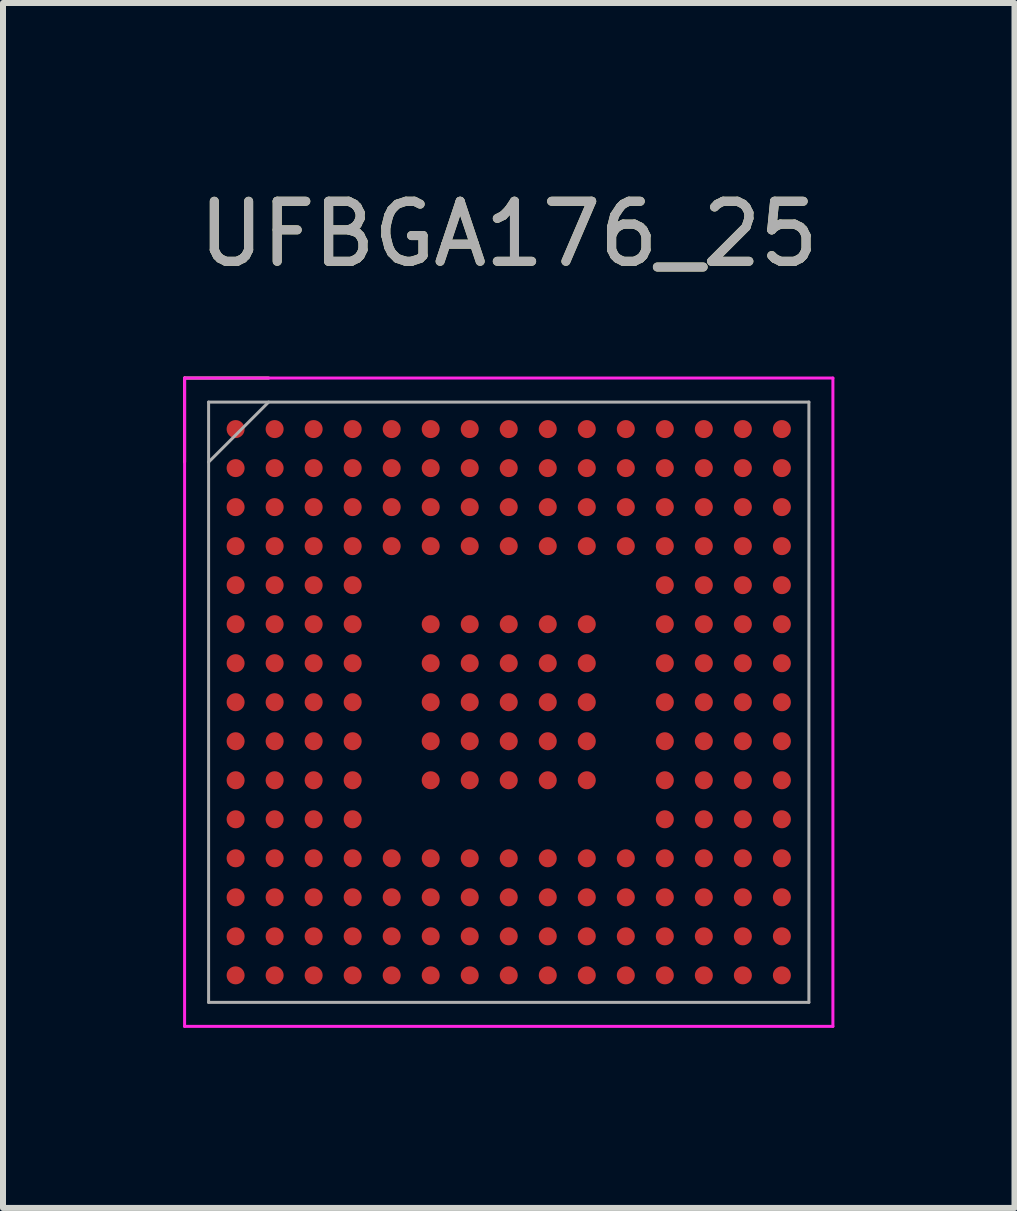
<source format=kicad_pcb>
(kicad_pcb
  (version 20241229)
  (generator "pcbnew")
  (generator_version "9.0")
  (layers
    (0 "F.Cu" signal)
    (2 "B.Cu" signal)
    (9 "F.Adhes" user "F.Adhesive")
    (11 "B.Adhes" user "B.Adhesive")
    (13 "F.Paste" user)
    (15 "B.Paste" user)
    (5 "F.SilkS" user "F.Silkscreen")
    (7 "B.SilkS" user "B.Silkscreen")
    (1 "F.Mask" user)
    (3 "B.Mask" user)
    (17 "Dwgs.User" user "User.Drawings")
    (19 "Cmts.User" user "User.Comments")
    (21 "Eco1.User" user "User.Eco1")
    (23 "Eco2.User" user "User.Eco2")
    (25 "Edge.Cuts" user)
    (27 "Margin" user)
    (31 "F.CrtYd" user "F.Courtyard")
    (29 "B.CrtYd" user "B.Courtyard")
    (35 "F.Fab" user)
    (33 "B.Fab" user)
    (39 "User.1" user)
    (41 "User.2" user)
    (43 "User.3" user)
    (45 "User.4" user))
  (footprint "UFBGA176_25"
    (layer "F.Cu")
    (at 5.425 8.648)
    (property "Reference" "UFBGA176_25" (at 0 -7.8 0) (layer "F.SilkS") (effects (font (size 1 1) (thickness 0.15))))
    (attr through_hole)
    (fp_line (start -5.4 -5.4) (end -4 -5.4) (stroke (width 0.05) (type solid)) (layer "F.SilkS"))
    (fp_line (start -5.4 -4) (end -5.4 -5.4) (stroke (width 0.05) (type solid)) (layer "F.SilkS"))
    (fp_line (start -5.4 -5.4) (end 5.4 -5.4) (stroke (width 0.05) (type solid)) (layer "F.CrtYd"))
    (fp_line (start -5.4 5.4) (end -5.4 -5.4) (stroke (width 0.05) (type solid)) (layer "F.CrtYd"))
    (fp_line (start 5.4 -5.4) (end 5.4 5.4) (stroke (width 0.05) (type solid)) (layer "F.CrtYd"))
    (fp_line (start 5.4 5.4) (end -5.4 5.4) (stroke (width 0.05) (type solid)) (layer "F.CrtYd"))
    (fp_line (start -5 -5) (end 5 -5) (stroke (width 0.05) (type solid)) (layer "F.Fab"))
    (fp_line (start -5 5) (end -5 -5) (stroke (width 0.05) (type solid)) (layer "F.Fab"))
    (fp_line (start -4 -5) (end -5 -4) (stroke (width 0.05) (type solid)) (layer "F.Fab"))
    (fp_line (start 5 -5) (end 5 5) (stroke (width 0.05) (type solid)) (layer "F.Fab"))
    (fp_line (start 5 5) (end -5 5) (stroke (width 0.05) (type solid)) (layer "F.Fab"))
    (fp_text user "${REFERENCE}" (at 0 -7.8 0) (layer "F.Fab") (effects (font (size 1 1) (thickness 0.15))))
    (pad "A1" smd circle (at -4.55 -4.55) (size 0.3 0.3) (layers "F.Cu" "F.Mask" "F.Paste"))
    (pad "A2" smd circle (at -3.9 -4.55) (size 0.3 0.3) (layers "F.Cu" "F.Mask" "F.Paste"))
    (pad "A3" smd circle (at -3.25 -4.55) (size 0.3 0.3) (layers "F.Cu" "F.Mask" "F.Paste"))
    (pad "A4" smd circle (at -2.6 -4.55) (size 0.3 0.3) (layers "F.Cu" "F.Mask" "F.Paste"))
    (pad "A5" smd circle (at -1.95 -4.55) (size 0.3 0.3) (layers "F.Cu" "F.Mask" "F.Paste"))
    (pad "A6" smd circle (at -1.3 -4.55) (size 0.3 0.3) (layers "F.Cu" "F.Mask" "F.Paste"))
    (pad "A7" smd circle (at -0.65 -4.55) (size 0.3 0.3) (layers "F.Cu" "F.Mask" "F.Paste"))
    (pad "A8" smd circle (at 0 -4.55) (size 0.3 0.3) (layers "F.Cu" "F.Mask" "F.Paste"))
    (pad "A9" smd circle (at 0.65 -4.55) (size 0.3 0.3) (layers "F.Cu" "F.Mask" "F.Paste"))
    (pad "A10" smd circle (at 1.3 -4.55) (size 0.3 0.3) (layers "F.Cu" "F.Mask" "F.Paste"))
    (pad "A11" smd circle (at 1.95 -4.55) (size 0.3 0.3) (layers "F.Cu" "F.Mask" "F.Paste"))
    (pad "A12" smd circle (at 2.6 -4.55) (size 0.3 0.3) (layers "F.Cu" "F.Mask" "F.Paste"))
    (pad "A13" smd circle (at 3.25 -4.55) (size 0.3 0.3) (layers "F.Cu" "F.Mask" "F.Paste"))
    (pad "A14" smd circle (at 3.9 -4.55) (size 0.3 0.3) (layers "F.Cu" "F.Mask" "F.Paste"))
    (pad "A15" smd circle (at 4.55 -4.55) (size 0.3 0.3) (layers "F.Cu" "F.Mask" "F.Paste"))
    (pad "B1" smd circle (at -4.55 -3.9) (size 0.3 0.3) (layers "F.Cu" "F.Mask" "F.Paste"))
    (pad "B2" smd circle (at -3.9 -3.9) (size 0.3 0.3) (layers "F.Cu" "F.Mask" "F.Paste"))
    (pad "B3" smd circle (at -3.25 -3.9) (size 0.3 0.3) (layers "F.Cu" "F.Mask" "F.Paste"))
    (pad "B4" smd circle (at -2.6 -3.9) (size 0.3 0.3) (layers "F.Cu" "F.Mask" "F.Paste"))
    (pad "B5" smd circle (at -1.95 -3.9) (size 0.3 0.3) (layers "F.Cu" "F.Mask" "F.Paste"))
    (pad "B6" smd circle (at -1.3 -3.9) (size 0.3 0.3) (layers "F.Cu" "F.Mask" "F.Paste"))
    (pad "B7" smd circle (at -0.65 -3.9) (size 0.3 0.3) (layers "F.Cu" "F.Mask" "F.Paste"))
    (pad "B8" smd circle (at 0 -3.9) (size 0.3 0.3) (layers "F.Cu" "F.Mask" "F.Paste"))
    (pad "B9" smd circle (at 0.65 -3.9) (size 0.3 0.3) (layers "F.Cu" "F.Mask" "F.Paste"))
    (pad "B10" smd circle (at 1.3 -3.9) (size 0.3 0.3) (layers "F.Cu" "F.Mask" "F.Paste"))
    (pad "B11" smd circle (at 1.95 -3.9) (size 0.3 0.3) (layers "F.Cu" "F.Mask" "F.Paste"))
    (pad "B12" smd circle (at 2.6 -3.9) (size 0.3 0.3) (layers "F.Cu" "F.Mask" "F.Paste"))
    (pad "B13" smd circle (at 3.25 -3.9) (size 0.3 0.3) (layers "F.Cu" "F.Mask" "F.Paste"))
    (pad "B14" smd circle (at 3.9 -3.9) (size 0.3 0.3) (layers "F.Cu" "F.Mask" "F.Paste"))
    (pad "B15" smd circle (at 4.55 -3.9) (size 0.3 0.3) (layers "F.Cu" "F.Mask" "F.Paste"))
    (pad "C1" smd circle (at -4.55 -3.25) (size 0.3 0.3) (layers "F.Cu" "F.Mask" "F.Paste"))
    (pad "C2" smd circle (at -3.9 -3.25) (size 0.3 0.3) (layers "F.Cu" "F.Mask" "F.Paste"))
    (pad "C3" smd circle (at -3.25 -3.25) (size 0.3 0.3) (layers "F.Cu" "F.Mask" "F.Paste"))
    (pad "C4" smd circle (at -2.6 -3.25) (size 0.3 0.3) (layers "F.Cu" "F.Mask" "F.Paste"))
    (pad "C5" smd circle (at -1.95 -3.25) (size 0.3 0.3) (layers "F.Cu" "F.Mask" "F.Paste"))
    (pad "C6" smd circle (at -1.3 -3.25) (size 0.3 0.3) (layers "F.Cu" "F.Mask" "F.Paste"))
    (pad "C7" smd circle (at -0.65 -3.25) (size 0.3 0.3) (layers "F.Cu" "F.Mask" "F.Paste"))
    (pad "C8" smd circle (at 0 -3.25) (size 0.3 0.3) (layers "F.Cu" "F.Mask" "F.Paste"))
    (pad "C9" smd circle (at 0.65 -3.25) (size 0.3 0.3) (layers "F.Cu" "F.Mask" "F.Paste"))
    (pad "C10" smd circle (at 1.3 -3.25) (size 0.3 0.3) (layers "F.Cu" "F.Mask" "F.Paste"))
    (pad "C11" smd circle (at 1.95 -3.25) (size 0.3 0.3) (layers "F.Cu" "F.Mask" "F.Paste"))
    (pad "C12" smd circle (at 2.6 -3.25) (size 0.3 0.3) (layers "F.Cu" "F.Mask" "F.Paste"))
    (pad "C13" smd circle (at 3.25 -3.25) (size 0.3 0.3) (layers "F.Cu" "F.Mask" "F.Paste"))
    (pad "C14" smd circle (at 3.9 -3.25) (size 0.3 0.3) (layers "F.Cu" "F.Mask" "F.Paste"))
    (pad "C15" smd circle (at 4.55 -3.25) (size 0.3 0.3) (layers "F.Cu" "F.Mask" "F.Paste"))
    (pad "D1" smd circle (at -4.55 -2.6) (size 0.3 0.3) (layers "F.Cu" "F.Mask" "F.Paste"))
    (pad "D2" smd circle (at -3.9 -2.6) (size 0.3 0.3) (layers "F.Cu" "F.Mask" "F.Paste"))
    (pad "D3" smd circle (at -3.25 -2.6) (size 0.3 0.3) (layers "F.Cu" "F.Mask" "F.Paste"))
    (pad "D4" smd circle (at -2.6 -2.6) (size 0.3 0.3) (layers "F.Cu" "F.Mask" "F.Paste"))
    (pad "D5" smd circle (at -1.95 -2.6) (size 0.3 0.3) (layers "F.Cu" "F.Mask" "F.Paste"))
    (pad "D6" smd circle (at -1.3 -2.6) (size 0.3 0.3) (layers "F.Cu" "F.Mask" "F.Paste"))
    (pad "D7" smd circle (at -0.65 -2.6) (size 0.3 0.3) (layers "F.Cu" "F.Mask" "F.Paste"))
    (pad "D8" smd circle (at 0 -2.6) (size 0.3 0.3) (layers "F.Cu" "F.Mask" "F.Paste"))
    (pad "D9" smd circle (at 0.65 -2.6) (size 0.3 0.3) (layers "F.Cu" "F.Mask" "F.Paste"))
    (pad "D10" smd circle (at 1.3 -2.6) (size 0.3 0.3) (layers "F.Cu" "F.Mask" "F.Paste"))
    (pad "D11" smd circle (at 1.95 -2.6) (size 0.3 0.3) (layers "F.Cu" "F.Mask" "F.Paste"))
    (pad "D12" smd circle (at 2.6 -2.6) (size 0.3 0.3) (layers "F.Cu" "F.Mask" "F.Paste"))
    (pad "D13" smd circle (at 3.25 -2.6) (size 0.3 0.3) (layers "F.Cu" "F.Mask" "F.Paste"))
    (pad "D14" smd circle (at 3.9 -2.6) (size 0.3 0.3) (layers "F.Cu" "F.Mask" "F.Paste"))
    (pad "D15" smd circle (at 4.55 -2.6) (size 0.3 0.3) (layers "F.Cu" "F.Mask" "F.Paste"))
    (pad "E1" smd circle (at -4.55 -1.95) (size 0.3 0.3) (layers "F.Cu" "F.Mask" "F.Paste"))
    (pad "E2" smd circle (at -3.9 -1.95) (size 0.3 0.3) (layers "F.Cu" "F.Mask" "F.Paste"))
    (pad "E3" smd circle (at -3.25 -1.95) (size 0.3 0.3) (layers "F.Cu" "F.Mask" "F.Paste"))
    (pad "E4" smd circle (at -2.6 -1.95) (size 0.3 0.3) (layers "F.Cu" "F.Mask" "F.Paste"))
    (pad "E12" smd circle (at 2.6 -1.95) (size 0.3 0.3) (layers "F.Cu" "F.Mask" "F.Paste"))
    (pad "E13" smd circle (at 3.25 -1.95) (size 0.3 0.3) (layers "F.Cu" "F.Mask" "F.Paste"))
    (pad "E14" smd circle (at 3.9 -1.95) (size 0.3 0.3) (layers "F.Cu" "F.Mask" "F.Paste"))
    (pad "E15" smd circle (at 4.55 -1.95) (size 0.3 0.3) (layers "F.Cu" "F.Mask" "F.Paste"))
    (pad "F1" smd circle (at -4.55 -1.3) (size 0.3 0.3) (layers "F.Cu" "F.Mask" "F.Paste"))
    (pad "F2" smd circle (at -3.9 -1.3) (size 0.3 0.3) (layers "F.Cu" "F.Mask" "F.Paste"))
    (pad "F3" smd circle (at -3.25 -1.3) (size 0.3 0.3) (layers "F.Cu" "F.Mask" "F.Paste"))
    (pad "F4" smd circle (at -2.6 -1.3) (size 0.3 0.3) (layers "F.Cu" "F.Mask" "F.Paste"))
    (pad "F6" smd circle (at -1.3 -1.3) (size 0.3 0.3) (layers "F.Cu" "F.Mask" "F.Paste"))
    (pad "F7" smd circle (at -0.65 -1.3) (size 0.3 0.3) (layers "F.Cu" "F.Mask" "F.Paste"))
    (pad "F8" smd circle (at 0 -1.3) (size 0.3 0.3) (layers "F.Cu" "F.Mask" "F.Paste"))
    (pad "F9" smd circle (at 0.65 -1.3) (size 0.3 0.3) (layers "F.Cu" "F.Mask" "F.Paste"))
    (pad "F10" smd circle (at 1.3 -1.3) (size 0.3 0.3) (layers "F.Cu" "F.Mask" "F.Paste"))
    (pad "F12" smd circle (at 2.6 -1.3) (size 0.3 0.3) (layers "F.Cu" "F.Mask" "F.Paste"))
    (pad "F13" smd circle (at 3.25 -1.3) (size 0.3 0.3) (layers "F.Cu" "F.Mask" "F.Paste"))
    (pad "F14" smd circle (at 3.9 -1.3) (size 0.3 0.3) (layers "F.Cu" "F.Mask" "F.Paste"))
    (pad "F15" smd circle (at 4.55 -1.3) (size 0.3 0.3) (layers "F.Cu" "F.Mask" "F.Paste"))
    (pad "G1" smd circle (at -4.55 -0.65) (size 0.3 0.3) (layers "F.Cu" "F.Mask" "F.Paste"))
    (pad "G2" smd circle (at -3.9 -0.65) (size 0.3 0.3) (layers "F.Cu" "F.Mask" "F.Paste"))
    (pad "G3" smd circle (at -3.25 -0.65) (size 0.3 0.3) (layers "F.Cu" "F.Mask" "F.Paste"))
    (pad "G4" smd circle (at -2.6 -0.65) (size 0.3 0.3) (layers "F.Cu" "F.Mask" "F.Paste"))
    (pad "G6" smd circle (at -1.3 -0.65) (size 0.3 0.3) (layers "F.Cu" "F.Mask" "F.Paste"))
    (pad "G7" smd circle (at -0.65 -0.65) (size 0.3 0.3) (layers "F.Cu" "F.Mask" "F.Paste"))
    (pad "G8" smd circle (at 0 -0.65) (size 0.3 0.3) (layers "F.Cu" "F.Mask" "F.Paste"))
    (pad "G9" smd circle (at 0.65 -0.65) (size 0.3 0.3) (layers "F.Cu" "F.Mask" "F.Paste"))
    (pad "G10" smd circle (at 1.3 -0.65) (size 0.3 0.3) (layers "F.Cu" "F.Mask" "F.Paste"))
    (pad "G12" smd circle (at 2.6 -0.65) (size 0.3 0.3) (layers "F.Cu" "F.Mask" "F.Paste"))
    (pad "G13" smd circle (at 3.25 -0.65) (size 0.3 0.3) (layers "F.Cu" "F.Mask" "F.Paste"))
    (pad "G14" smd circle (at 3.9 -0.65) (size 0.3 0.3) (layers "F.Cu" "F.Mask" "F.Paste"))
    (pad "G15" smd circle (at 4.55 -0.65) (size 0.3 0.3) (layers "F.Cu" "F.Mask" "F.Paste"))
    (pad "H1" smd circle (at -4.55 0) (size 0.3 0.3) (layers "F.Cu" "F.Mask" "F.Paste"))
    (pad "H2" smd circle (at -3.9 0) (size 0.3 0.3) (layers "F.Cu" "F.Mask" "F.Paste"))
    (pad "H3" smd circle (at -3.25 0) (size 0.3 0.3) (layers "F.Cu" "F.Mask" "F.Paste"))
    (pad "H4" smd circle (at -2.6 0) (size 0.3 0.3) (layers "F.Cu" "F.Mask" "F.Paste"))
    (pad "H6" smd circle (at -1.3 0) (size 0.3 0.3) (layers "F.Cu" "F.Mask" "F.Paste"))
    (pad "H7" smd circle (at -0.65 0) (size 0.3 0.3) (layers "F.Cu" "F.Mask" "F.Paste"))
    (pad "H8" smd circle (at 0 0) (size 0.3 0.3) (layers "F.Cu" "F.Mask" "F.Paste"))
    (pad "H9" smd circle (at 0.65 0) (size 0.3 0.3) (layers "F.Cu" "F.Mask" "F.Paste"))
    (pad "H10" smd circle (at 1.3 0) (size 0.3 0.3) (layers "F.Cu" "F.Mask" "F.Paste"))
    (pad "H12" smd circle (at 2.6 0) (size 0.3 0.3) (layers "F.Cu" "F.Mask" "F.Paste"))
    (pad "H13" smd circle (at 3.25 0) (size 0.3 0.3) (layers "F.Cu" "F.Mask" "F.Paste"))
    (pad "H14" smd circle (at 3.9 0) (size 0.3 0.3) (layers "F.Cu" "F.Mask" "F.Paste"))
    (pad "H15" smd circle (at 4.55 0) (size 0.3 0.3) (layers "F.Cu" "F.Mask" "F.Paste"))
    (pad "J1" smd circle (at -4.55 0.65) (size 0.3 0.3) (layers "F.Cu" "F.Mask" "F.Paste"))
    (pad "J2" smd circle (at -3.9 0.65) (size 0.3 0.3) (layers "F.Cu" "F.Mask" "F.Paste"))
    (pad "J3" smd circle (at -3.25 0.65) (size 0.3 0.3) (layers "F.Cu" "F.Mask" "F.Paste"))
    (pad "J4" smd circle (at -2.6 0.65) (size 0.3 0.3) (layers "F.Cu" "F.Mask" "F.Paste"))
    (pad "J6" smd circle (at -1.3 0.65) (size 0.3 0.3) (layers "F.Cu" "F.Mask" "F.Paste"))
    (pad "J7" smd circle (at -0.65 0.65) (size 0.3 0.3) (layers "F.Cu" "F.Mask" "F.Paste"))
    (pad "J8" smd circle (at 0 0.65) (size 0.3 0.3) (layers "F.Cu" "F.Mask" "F.Paste"))
    (pad "J9" smd circle (at 0.65 0.65) (size 0.3 0.3) (layers "F.Cu" "F.Mask" "F.Paste"))
    (pad "J10" smd circle (at 1.3 0.65) (size 0.3 0.3) (layers "F.Cu" "F.Mask" "F.Paste"))
    (pad "J12" smd circle (at 2.6 0.65) (size 0.3 0.3) (layers "F.Cu" "F.Mask" "F.Paste"))
    (pad "J13" smd circle (at 3.25 0.65) (size 0.3 0.3) (layers "F.Cu" "F.Mask" "F.Paste"))
    (pad "J14" smd circle (at 3.9 0.65) (size 0.3 0.3) (layers "F.Cu" "F.Mask" "F.Paste"))
    (pad "J15" smd circle (at 4.55 0.65) (size 0.3 0.3) (layers "F.Cu" "F.Mask" "F.Paste"))
    (pad "K1" smd circle (at -4.55 1.3) (size 0.3 0.3) (layers "F.Cu" "F.Mask" "F.Paste"))
    (pad "K2" smd circle (at -3.9 1.3) (size 0.3 0.3) (layers "F.Cu" "F.Mask" "F.Paste"))
    (pad "K3" smd circle (at -3.25 1.3) (size 0.3 0.3) (layers "F.Cu" "F.Mask" "F.Paste"))
    (pad "K4" smd circle (at -2.6 1.3) (size 0.3 0.3) (layers "F.Cu" "F.Mask" "F.Paste"))
    (pad "K6" smd circle (at -1.3 1.3) (size 0.3 0.3) (layers "F.Cu" "F.Mask" "F.Paste"))
    (pad "K7" smd circle (at -0.65 1.3) (size 0.3 0.3) (layers "F.Cu" "F.Mask" "F.Paste"))
    (pad "K8" smd circle (at 0 1.3) (size 0.3 0.3) (layers "F.Cu" "F.Mask" "F.Paste"))
    (pad "K9" smd circle (at 0.65 1.3) (size 0.3 0.3) (layers "F.Cu" "F.Mask" "F.Paste"))
    (pad "K10" smd circle (at 1.3 1.3) (size 0.3 0.3) (layers "F.Cu" "F.Mask" "F.Paste"))
    (pad "K12" smd circle (at 2.6 1.3) (size 0.3 0.3) (layers "F.Cu" "F.Mask" "F.Paste"))
    (pad "K13" smd circle (at 3.25 1.3) (size 0.3 0.3) (layers "F.Cu" "F.Mask" "F.Paste"))
    (pad "K14" smd circle (at 3.9 1.3) (size 0.3 0.3) (layers "F.Cu" "F.Mask" "F.Paste"))
    (pad "K15" smd circle (at 4.55 1.3) (size 0.3 0.3) (layers "F.Cu" "F.Mask" "F.Paste"))
    (pad "L1" smd circle (at -4.55 1.95) (size 0.3 0.3) (layers "F.Cu" "F.Mask" "F.Paste"))
    (pad "L2" smd circle (at -3.9 1.95) (size 0.3 0.3) (layers "F.Cu" "F.Mask" "F.Paste"))
    (pad "L3" smd circle (at -3.25 1.95) (size 0.3 0.3) (layers "F.Cu" "F.Mask" "F.Paste"))
    (pad "L4" smd circle (at -2.6 1.95) (size 0.3 0.3) (layers "F.Cu" "F.Mask" "F.Paste"))
    (pad "L12" smd circle (at 2.6 1.95) (size 0.3 0.3) (layers "F.Cu" "F.Mask" "F.Paste"))
    (pad "L13" smd circle (at 3.25 1.95) (size 0.3 0.3) (layers "F.Cu" "F.Mask" "F.Paste"))
    (pad "L14" smd circle (at 3.9 1.95) (size 0.3 0.3) (layers "F.Cu" "F.Mask" "F.Paste"))
    (pad "L15" smd circle (at 4.55 1.95) (size 0.3 0.3) (layers "F.Cu" "F.Mask" "F.Paste"))
    (pad "M1" smd circle (at -4.55 2.6) (size 0.3 0.3) (layers "F.Cu" "F.Mask" "F.Paste"))
    (pad "M2" smd circle (at -3.9 2.6) (size 0.3 0.3) (layers "F.Cu" "F.Mask" "F.Paste"))
    (pad "M3" smd circle (at -3.25 2.6) (size 0.3 0.3) (layers "F.Cu" "F.Mask" "F.Paste"))
    (pad "M4" smd circle (at -2.6 2.6) (size 0.3 0.3) (layers "F.Cu" "F.Mask" "F.Paste"))
    (pad "M5" smd circle (at -1.95 2.6) (size 0.3 0.3) (layers "F.Cu" "F.Mask" "F.Paste"))
    (pad "M6" smd circle (at -1.3 2.6) (size 0.3 0.3) (layers "F.Cu" "F.Mask" "F.Paste"))
    (pad "M7" smd circle (at -0.65 2.6) (size 0.3 0.3) (layers "F.Cu" "F.Mask" "F.Paste"))
    (pad "M8" smd circle (at 0 2.6) (size 0.3 0.3) (layers "F.Cu" "F.Mask" "F.Paste"))
    (pad "M9" smd circle (at 0.65 2.6) (size 0.3 0.3) (layers "F.Cu" "F.Mask" "F.Paste"))
    (pad "M10" smd circle (at 1.3 2.6) (size 0.3 0.3) (layers "F.Cu" "F.Mask" "F.Paste"))
    (pad "M11" smd circle (at 1.95 2.6) (size 0.3 0.3) (layers "F.Cu" "F.Mask" "F.Paste"))
    (pad "M12" smd circle (at 2.6 2.6) (size 0.3 0.3) (layers "F.Cu" "F.Mask" "F.Paste"))
    (pad "M13" smd circle (at 3.25 2.6) (size 0.3 0.3) (layers "F.Cu" "F.Mask" "F.Paste"))
    (pad "M14" smd circle (at 3.9 2.6) (size 0.3 0.3) (layers "F.Cu" "F.Mask" "F.Paste"))
    (pad "M15" smd circle (at 4.55 2.6) (size 0.3 0.3) (layers "F.Cu" "F.Mask" "F.Paste"))
    (pad "N1" smd circle (at -4.55 3.25) (size 0.3 0.3) (layers "F.Cu" "F.Mask" "F.Paste"))
    (pad "N2" smd circle (at -3.9 3.25) (size 0.3 0.3) (layers "F.Cu" "F.Mask" "F.Paste"))
    (pad "N3" smd circle (at -3.25 3.25) (size 0.3 0.3) (layers "F.Cu" "F.Mask" "F.Paste"))
    (pad "N4" smd circle (at -2.6 3.25) (size 0.3 0.3) (layers "F.Cu" "F.Mask" "F.Paste"))
    (pad "N5" smd circle (at -1.95 3.25) (size 0.3 0.3) (layers "F.Cu" "F.Mask" "F.Paste"))
    (pad "N6" smd circle (at -1.3 3.25) (size 0.3 0.3) (layers "F.Cu" "F.Mask" "F.Paste"))
    (pad "N7" smd circle (at -0.65 3.25) (size 0.3 0.3) (layers "F.Cu" "F.Mask" "F.Paste"))
    (pad "N8" smd circle (at 0 3.25) (size 0.3 0.3) (layers "F.Cu" "F.Mask" "F.Paste"))
    (pad "N9" smd circle (at 0.65 3.25) (size 0.3 0.3) (layers "F.Cu" "F.Mask" "F.Paste"))
    (pad "N10" smd circle (at 1.3 3.25) (size 0.3 0.3) (layers "F.Cu" "F.Mask" "F.Paste"))
    (pad "N11" smd circle (at 1.95 3.25) (size 0.3 0.3) (layers "F.Cu" "F.Mask" "F.Paste"))
    (pad "N12" smd circle (at 2.6 3.25) (size 0.3 0.3) (layers "F.Cu" "F.Mask" "F.Paste"))
    (pad "N13" smd circle (at 3.25 3.25) (size 0.3 0.3) (layers "F.Cu" "F.Mask" "F.Paste"))
    (pad "N14" smd circle (at 3.9 3.25) (size 0.3 0.3) (layers "F.Cu" "F.Mask" "F.Paste"))
    (pad "N15" smd circle (at 4.55 3.25) (size 0.3 0.3) (layers "F.Cu" "F.Mask" "F.Paste"))
    (pad "P1" smd circle (at -4.55 3.9) (size 0.3 0.3) (layers "F.Cu" "F.Mask" "F.Paste"))
    (pad "P2" smd circle (at -3.9 3.9) (size 0.3 0.3) (layers "F.Cu" "F.Mask" "F.Paste"))
    (pad "P3" smd circle (at -3.25 3.9) (size 0.3 0.3) (layers "F.Cu" "F.Mask" "F.Paste"))
    (pad "P4" smd circle (at -2.6 3.9) (size 0.3 0.3) (layers "F.Cu" "F.Mask" "F.Paste"))
    (pad "P5" smd circle (at -1.95 3.9) (size 0.3 0.3) (layers "F.Cu" "F.Mask" "F.Paste"))
    (pad "P6" smd circle (at -1.3 3.9) (size 0.3 0.3) (layers "F.Cu" "F.Mask" "F.Paste"))
    (pad "P7" smd circle (at -0.65 3.9) (size 0.3 0.3) (layers "F.Cu" "F.Mask" "F.Paste"))
    (pad "P8" smd circle (at 0 3.9) (size 0.3 0.3) (layers "F.Cu" "F.Mask" "F.Paste"))
    (pad "P9" smd circle (at 0.65 3.9) (size 0.3 0.3) (layers "F.Cu" "F.Mask" "F.Paste"))
    (pad "P10" smd circle (at 1.3 3.9) (size 0.3 0.3) (layers "F.Cu" "F.Mask" "F.Paste"))
    (pad "P11" smd circle (at 1.95 3.9) (size 0.3 0.3) (layers "F.Cu" "F.Mask" "F.Paste"))
    (pad "P12" smd circle (at 2.6 3.9) (size 0.3 0.3) (layers "F.Cu" "F.Mask" "F.Paste"))
    (pad "P13" smd circle (at 3.25 3.9) (size 0.3 0.3) (layers "F.Cu" "F.Mask" "F.Paste"))
    (pad "P14" smd circle (at 3.9 3.9) (size 0.3 0.3) (layers "F.Cu" "F.Mask" "F.Paste"))
    (pad "P15" smd circle (at 4.55 3.9) (size 0.3 0.3) (layers "F.Cu" "F.Mask" "F.Paste"))
    (pad "R1" smd circle (at -4.55 4.55) (size 0.3 0.3) (layers "F.Cu" "F.Mask" "F.Paste"))
    (pad "R2" smd circle (at -3.9 4.55) (size 0.3 0.3) (layers "F.Cu" "F.Mask" "F.Paste"))
    (pad "R3" smd circle (at -3.25 4.55) (size 0.3 0.3) (layers "F.Cu" "F.Mask" "F.Paste"))
    (pad "R4" smd circle (at -2.6 4.55) (size 0.3 0.3) (layers "F.Cu" "F.Mask" "F.Paste"))
    (pad "R5" smd circle (at -1.95 4.55) (size 0.3 0.3) (layers "F.Cu" "F.Mask" "F.Paste"))
    (pad "R6" smd circle (at -1.3 4.55) (size 0.3 0.3) (layers "F.Cu" "F.Mask" "F.Paste"))
    (pad "R7" smd circle (at -0.65 4.55) (size 0.3 0.3) (layers "F.Cu" "F.Mask" "F.Paste"))
    (pad "R8" smd circle (at 0 4.55) (size 0.3 0.3) (layers "F.Cu" "F.Mask" "F.Paste"))
    (pad "R9" smd circle (at 0.65 4.55) (size 0.3 0.3) (layers "F.Cu" "F.Mask" "F.Paste"))
    (pad "R10" smd circle (at 1.3 4.55) (size 0.3 0.3) (layers "F.Cu" "F.Mask" "F.Paste"))
    (pad "R11" smd circle (at 1.95 4.55) (size 0.3 0.3) (layers "F.Cu" "F.Mask" "F.Paste"))
    (pad "R12" smd circle (at 2.6 4.55) (size 0.3 0.3) (layers "F.Cu" "F.Mask" "F.Paste"))
    (pad "R13" smd circle (at 3.25 4.55) (size 0.3 0.3) (layers "F.Cu" "F.Mask" "F.Paste"))
    (pad "R14" smd circle (at 3.9 4.55) (size 0.3 0.3) (layers "F.Cu" "F.Mask" "F.Paste"))
    (pad "R15" smd circle (at 4.55 4.55) (size 0.3 0.3) (layers "F.Cu" "F.Mask" "F.Paste")))
  (gr_rect
    (start -3 -3)
    (end 13.85 17.073)
    (stroke (width 0.1) (type default))
    (fill no)
    (layer "Edge.Cuts")))
</source>
